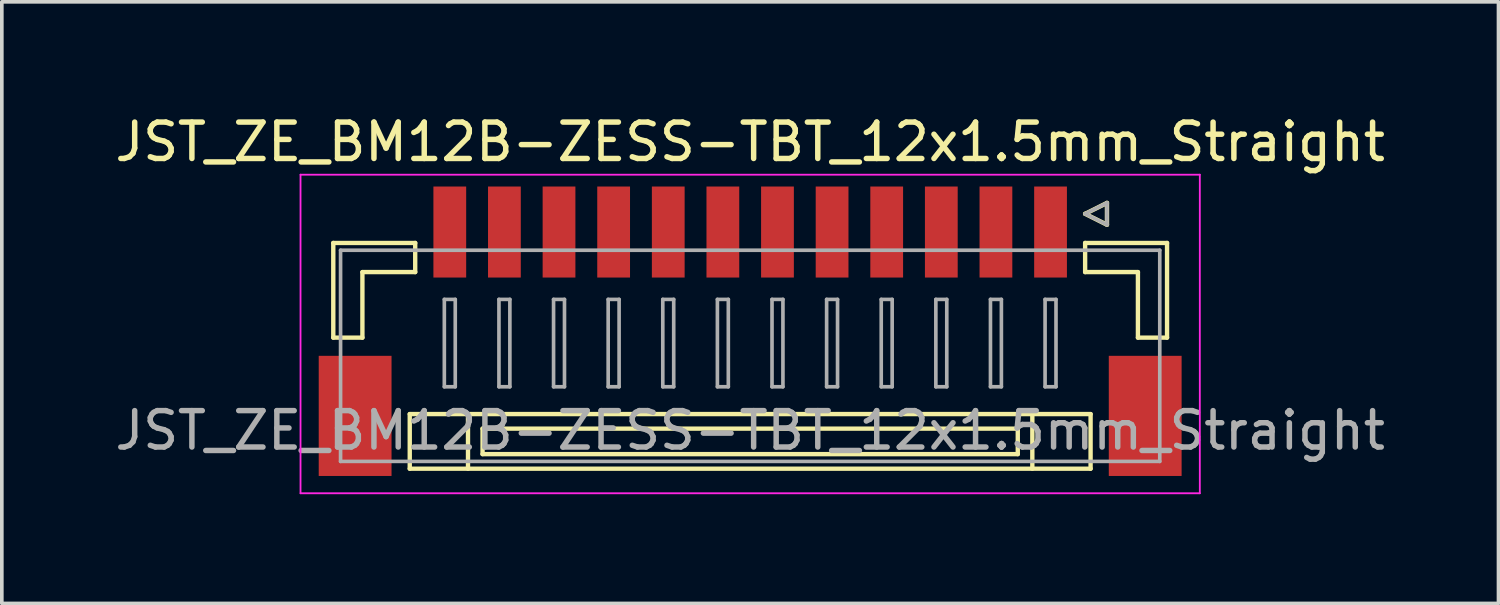
<source format=kicad_pcb>
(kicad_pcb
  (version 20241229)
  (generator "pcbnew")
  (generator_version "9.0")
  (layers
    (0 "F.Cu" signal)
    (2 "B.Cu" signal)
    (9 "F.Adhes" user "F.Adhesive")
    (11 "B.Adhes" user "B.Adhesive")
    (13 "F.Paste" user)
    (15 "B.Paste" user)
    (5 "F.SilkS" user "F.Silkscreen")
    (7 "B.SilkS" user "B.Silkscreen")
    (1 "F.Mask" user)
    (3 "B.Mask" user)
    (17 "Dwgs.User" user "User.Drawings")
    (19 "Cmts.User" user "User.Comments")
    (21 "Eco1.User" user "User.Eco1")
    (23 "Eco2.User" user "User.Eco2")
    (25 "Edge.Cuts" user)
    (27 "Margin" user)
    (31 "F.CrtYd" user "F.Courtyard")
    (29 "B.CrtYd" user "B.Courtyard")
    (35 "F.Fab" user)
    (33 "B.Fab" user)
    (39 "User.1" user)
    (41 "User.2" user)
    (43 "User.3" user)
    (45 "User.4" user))
  (footprint "JST_ZE_BM12B-ZESS-TBT_12x1.5mm_Straight"
    (layer "F.Cu")
    (at 17.554 5.848)
    (property "Reference" "JST_ZE_BM12B-ZESS-TBT_12x1.5mm_Straight" (at 0 -5 0) (layer "F.SilkS") (effects (font (size 1 1) (thickness 0.15))))
    (attr smd)
    (fp_line (start -11.45 -2.225) (end -11.45 0.375) (stroke (width 0.12) (type solid)) (layer "F.SilkS"))
    (fp_line (start -11.45 0.375) (end -10.65 0.375) (stroke (width 0.12) (type solid)) (layer "F.SilkS"))
    (fp_line (start -10.65 -1.425) (end -9.2 -1.425) (stroke (width 0.12) (type solid)) (layer "F.SilkS"))
    (fp_line (start -10.65 0.375) (end -10.65 -1.425) (stroke (width 0.12) (type solid)) (layer "F.SilkS"))
    (fp_line (start -9.35 2.475) (end -9.35 3.975) (stroke (width 0.12) (type solid)) (layer "F.SilkS"))
    (fp_line (start -9.35 3.975) (end 9.35 3.975) (stroke (width 0.12) (type solid)) (layer "F.SilkS"))
    (fp_line (start -9.2 -2.225) (end -11.45 -2.225) (stroke (width 0.12) (type solid)) (layer "F.SilkS"))
    (fp_line (start -9.2 -1.425) (end -9.2 -2.225) (stroke (width 0.12) (type solid)) (layer "F.SilkS"))
    (fp_line (start -7.75 2.475) (end -7.75 3.975) (stroke (width 0.12) (type solid)) (layer "F.SilkS"))
    (fp_line (start -7.35 2.875) (end -7.35 3.575) (stroke (width 0.12) (type solid)) (layer "F.SilkS"))
    (fp_line (start -7.35 3.575) (end 7.35 3.575) (stroke (width 0.12) (type solid)) (layer "F.SilkS"))
    (fp_line (start 7.35 2.875) (end -7.35 2.875) (stroke (width 0.12) (type solid)) (layer "F.SilkS"))
    (fp_line (start 7.35 3.575) (end 7.35 2.875) (stroke (width 0.12) (type solid)) (layer "F.SilkS"))
    (fp_line (start 7.75 2.475) (end 7.75 3.975) (stroke (width 0.12) (type solid)) (layer "F.SilkS"))
    (fp_line (start 9.2 -3.025) (end 9.8 -3.325) (stroke (width 0.12) (type solid)) (layer "F.SilkS"))
    (fp_line (start 9.2 -2.225) (end 11.45 -2.225) (stroke (width 0.12) (type solid)) (layer "F.SilkS"))
    (fp_line (start 9.2 -1.425) (end 9.2 -2.225) (stroke (width 0.12) (type solid)) (layer "F.SilkS"))
    (fp_line (start 9.35 2.475) (end -9.35 2.475) (stroke (width 0.12) (type solid)) (layer "F.SilkS"))
    (fp_line (start 9.35 3.975) (end 9.35 2.475) (stroke (width 0.12) (type solid)) (layer "F.SilkS"))
    (fp_line (start 9.8 -3.325) (end 9.8 -2.725) (stroke (width 0.12) (type solid)) (layer "F.SilkS"))
    (fp_line (start 9.8 -2.725) (end 9.2 -3.025) (stroke (width 0.12) (type solid)) (layer "F.SilkS"))
    (fp_line (start 10.65 -1.425) (end 9.2 -1.425) (stroke (width 0.12) (type solid)) (layer "F.SilkS"))
    (fp_line (start 10.65 0.375) (end 10.65 -1.425) (stroke (width 0.12) (type solid)) (layer "F.SilkS"))
    (fp_line (start 11.45 -2.225) (end 11.45 0.375) (stroke (width 0.12) (type solid)) (layer "F.SilkS"))
    (fp_line (start 11.45 0.375) (end 10.65 0.375) (stroke (width 0.12) (type solid)) (layer "F.SilkS"))
    (fp_line (start -12.35 -4.1) (end -12.35 4.65) (stroke (width 0.05) (type solid)) (layer "F.CrtYd"))
    (fp_line (start -12.35 4.65) (end 12.35 4.65) (stroke (width 0.05) (type solid)) (layer "F.CrtYd"))
    (fp_line (start 12.35 -4.1) (end -12.35 -4.1) (stroke (width 0.05) (type solid)) (layer "F.CrtYd"))
    (fp_line (start 12.35 4.65) (end 12.35 -4.1) (stroke (width 0.05) (type solid)) (layer "F.CrtYd"))
    (fp_line (start -11.25 -2.025) (end -11.25 3.775) (stroke (width 0.1) (type solid)) (layer "F.Fab"))
    (fp_line (start -11.25 3.775) (end 11.25 3.775) (stroke (width 0.1) (type solid)) (layer "F.Fab"))
    (fp_line (start -8.4 -0.675) (end -8.4 1.725) (stroke (width 0.1) (type solid)) (layer "F.Fab"))
    (fp_line (start -8.4 1.725) (end -8.1 1.725) (stroke (width 0.1) (type solid)) (layer "F.Fab"))
    (fp_line (start -8.1 -0.675) (end -8.4 -0.675) (stroke (width 0.1) (type solid)) (layer "F.Fab"))
    (fp_line (start -8.1 1.725) (end -8.1 -0.675) (stroke (width 0.1) (type solid)) (layer "F.Fab"))
    (fp_line (start -6.9 -0.675) (end -6.9 1.725) (stroke (width 0.1) (type solid)) (layer "F.Fab"))
    (fp_line (start -6.9 1.725) (end -6.6 1.725) (stroke (width 0.1) (type solid)) (layer "F.Fab"))
    (fp_line (start -6.6 -0.675) (end -6.9 -0.675) (stroke (width 0.1) (type solid)) (layer "F.Fab"))
    (fp_line (start -6.6 1.725) (end -6.6 -0.675) (stroke (width 0.1) (type solid)) (layer "F.Fab"))
    (fp_line (start -5.4 -0.675) (end -5.4 1.725) (stroke (width 0.1) (type solid)) (layer "F.Fab"))
    (fp_line (start -5.4 1.725) (end -5.1 1.725) (stroke (width 0.1) (type solid)) (layer "F.Fab"))
    (fp_line (start -5.1 -0.675) (end -5.4 -0.675) (stroke (width 0.1) (type solid)) (layer "F.Fab"))
    (fp_line (start -5.1 1.725) (end -5.1 -0.675) (stroke (width 0.1) (type solid)) (layer "F.Fab"))
    (fp_line (start -3.9 -0.675) (end -3.9 1.725) (stroke (width 0.1) (type solid)) (layer "F.Fab"))
    (fp_line (start -3.9 1.725) (end -3.6 1.725) (stroke (width 0.1) (type solid)) (layer "F.Fab"))
    (fp_line (start -3.6 -0.675) (end -3.9 -0.675) (stroke (width 0.1) (type solid)) (layer "F.Fab"))
    (fp_line (start -3.6 1.725) (end -3.6 -0.675) (stroke (width 0.1) (type solid)) (layer "F.Fab"))
    (fp_line (start -2.4 -0.675) (end -2.4 1.725) (stroke (width 0.1) (type solid)) (layer "F.Fab"))
    (fp_line (start -2.4 1.725) (end -2.1 1.725) (stroke (width 0.1) (type solid)) (layer "F.Fab"))
    (fp_line (start -2.1 -0.675) (end -2.4 -0.675) (stroke (width 0.1) (type solid)) (layer "F.Fab"))
    (fp_line (start -2.1 1.725) (end -2.1 -0.675) (stroke (width 0.1) (type solid)) (layer "F.Fab"))
    (fp_line (start -0.9 -0.675) (end -0.9 1.725) (stroke (width 0.1) (type solid)) (layer "F.Fab"))
    (fp_line (start -0.9 1.725) (end -0.6 1.725) (stroke (width 0.1) (type solid)) (layer "F.Fab"))
    (fp_line (start -0.6 -0.675) (end -0.9 -0.675) (stroke (width 0.1) (type solid)) (layer "F.Fab"))
    (fp_line (start -0.6 1.725) (end -0.6 -0.675) (stroke (width 0.1) (type solid)) (layer "F.Fab"))
    (fp_line (start 0.6 -0.675) (end 0.6 1.725) (stroke (width 0.1) (type solid)) (layer "F.Fab"))
    (fp_line (start 0.6 1.725) (end 0.9 1.725) (stroke (width 0.1) (type solid)) (layer "F.Fab"))
    (fp_line (start 0.9 -0.675) (end 0.6 -0.675) (stroke (width 0.1) (type solid)) (layer "F.Fab"))
    (fp_line (start 0.9 1.725) (end 0.9 -0.675) (stroke (width 0.1) (type solid)) (layer "F.Fab"))
    (fp_line (start 2.1 -0.675) (end 2.1 1.725) (stroke (width 0.1) (type solid)) (layer "F.Fab"))
    (fp_line (start 2.1 1.725) (end 2.4 1.725) (stroke (width 0.1) (type solid)) (layer "F.Fab"))
    (fp_line (start 2.4 -0.675) (end 2.1 -0.675) (stroke (width 0.1) (type solid)) (layer "F.Fab"))
    (fp_line (start 2.4 1.725) (end 2.4 -0.675) (stroke (width 0.1) (type solid)) (layer "F.Fab"))
    (fp_line (start 3.6 -0.675) (end 3.6 1.725) (stroke (width 0.1) (type solid)) (layer "F.Fab"))
    (fp_line (start 3.6 1.725) (end 3.9 1.725) (stroke (width 0.1) (type solid)) (layer "F.Fab"))
    (fp_line (start 3.9 -0.675) (end 3.6 -0.675) (stroke (width 0.1) (type solid)) (layer "F.Fab"))
    (fp_line (start 3.9 1.725) (end 3.9 -0.675) (stroke (width 0.1) (type solid)) (layer "F.Fab"))
    (fp_line (start 5.1 -0.675) (end 5.1 1.725) (stroke (width 0.1) (type solid)) (layer "F.Fab"))
    (fp_line (start 5.1 1.725) (end 5.4 1.725) (stroke (width 0.1) (type solid)) (layer "F.Fab"))
    (fp_line (start 5.4 -0.675) (end 5.1 -0.675) (stroke (width 0.1) (type solid)) (layer "F.Fab"))
    (fp_line (start 5.4 1.725) (end 5.4 -0.675) (stroke (width 0.1) (type solid)) (layer "F.Fab"))
    (fp_line (start 6.6 -0.675) (end 6.6 1.725) (stroke (width 0.1) (type solid)) (layer "F.Fab"))
    (fp_line (start 6.6 1.725) (end 6.9 1.725) (stroke (width 0.1) (type solid)) (layer "F.Fab"))
    (fp_line (start 6.9 -0.675) (end 6.6 -0.675) (stroke (width 0.1) (type solid)) (layer "F.Fab"))
    (fp_line (start 6.9 1.725) (end 6.9 -0.675) (stroke (width 0.1) (type solid)) (layer "F.Fab"))
    (fp_line (start 8.1 -0.675) (end 8.1 1.725) (stroke (width 0.1) (type solid)) (layer "F.Fab"))
    (fp_line (start 8.1 1.725) (end 8.4 1.725) (stroke (width 0.1) (type solid)) (layer "F.Fab"))
    (fp_line (start 8.4 -0.675) (end 8.1 -0.675) (stroke (width 0.1) (type solid)) (layer "F.Fab"))
    (fp_line (start 8.4 1.725) (end 8.4 -0.675) (stroke (width 0.1) (type solid)) (layer "F.Fab"))
    (fp_line (start 9.2 -3.025) (end 9.8 -3.325) (stroke (width 0.1) (type solid)) (layer "F.Fab"))
    (fp_line (start 9.8 -3.325) (end 9.8 -2.725) (stroke (width 0.1) (type solid)) (layer "F.Fab"))
    (fp_line (start 9.8 -2.725) (end 9.2 -3.025) (stroke (width 0.1) (type solid)) (layer "F.Fab"))
    (fp_line (start 11.25 -2.025) (end -11.25 -2.025) (stroke (width 0.1) (type solid)) (layer "F.Fab"))
    (fp_line (start 11.25 3.775) (end 11.25 -2.025) (stroke (width 0.1) (type solid)) (layer "F.Fab"))
    (fp_text user "${REFERENCE}" (at 0 2.925 0) (layer "F.Fab") (effects (font (size 1 1) (thickness 0.15))))
    (pad "" smd rect (at -10.85 2.525) (size 2 3.3) (layers "F.Cu" "F.Mask" "F.Paste"))
    (pad "" smd rect (at 10.85 2.525) (size 2 3.3) (layers "F.Cu" "F.Mask" "F.Paste"))
    (pad "1" smd rect (at 8.25 -2.525) (size 0.9 2.5) (layers "F.Cu" "F.Mask" "F.Paste"))
    (pad "2" smd rect (at 6.75 -2.525) (size 0.9 2.5) (layers "F.Cu" "F.Mask" "F.Paste"))
    (pad "3" smd rect (at 5.25 -2.525) (size 0.9 2.5) (layers "F.Cu" "F.Mask" "F.Paste"))
    (pad "4" smd rect (at 3.75 -2.525) (size 0.9 2.5) (layers "F.Cu" "F.Mask" "F.Paste"))
    (pad "5" smd rect (at 2.25 -2.525) (size 0.9 2.5) (layers "F.Cu" "F.Mask" "F.Paste"))
    (pad "6" smd rect (at 0.75 -2.525) (size 0.9 2.5) (layers "F.Cu" "F.Mask" "F.Paste"))
    (pad "7" smd rect (at -0.75 -2.525) (size 0.9 2.5) (layers "F.Cu" "F.Mask" "F.Paste"))
    (pad "8" smd rect (at -2.25 -2.525) (size 0.9 2.5) (layers "F.Cu" "F.Mask" "F.Paste"))
    (pad "9" smd rect (at -3.75 -2.525) (size 0.9 2.5) (layers "F.Cu" "F.Mask" "F.Paste"))
    (pad "10" smd rect (at -5.25 -2.525) (size 0.9 2.5) (layers "F.Cu" "F.Mask" "F.Paste"))
    (pad "11" smd rect (at -6.75 -2.525) (size 0.9 2.5) (layers "F.Cu" "F.Mask" "F.Paste"))
    (pad "12" smd rect (at -8.25 -2.525) (size 0.9 2.5) (layers "F.Cu" "F.Mask" "F.Paste")))
  (gr_rect
    (start -3 -3)
    (end 38.107 13.523)
    (stroke (width 0.1) (type default))
    (fill no)
    (layer "Edge.Cuts")))
</source>
